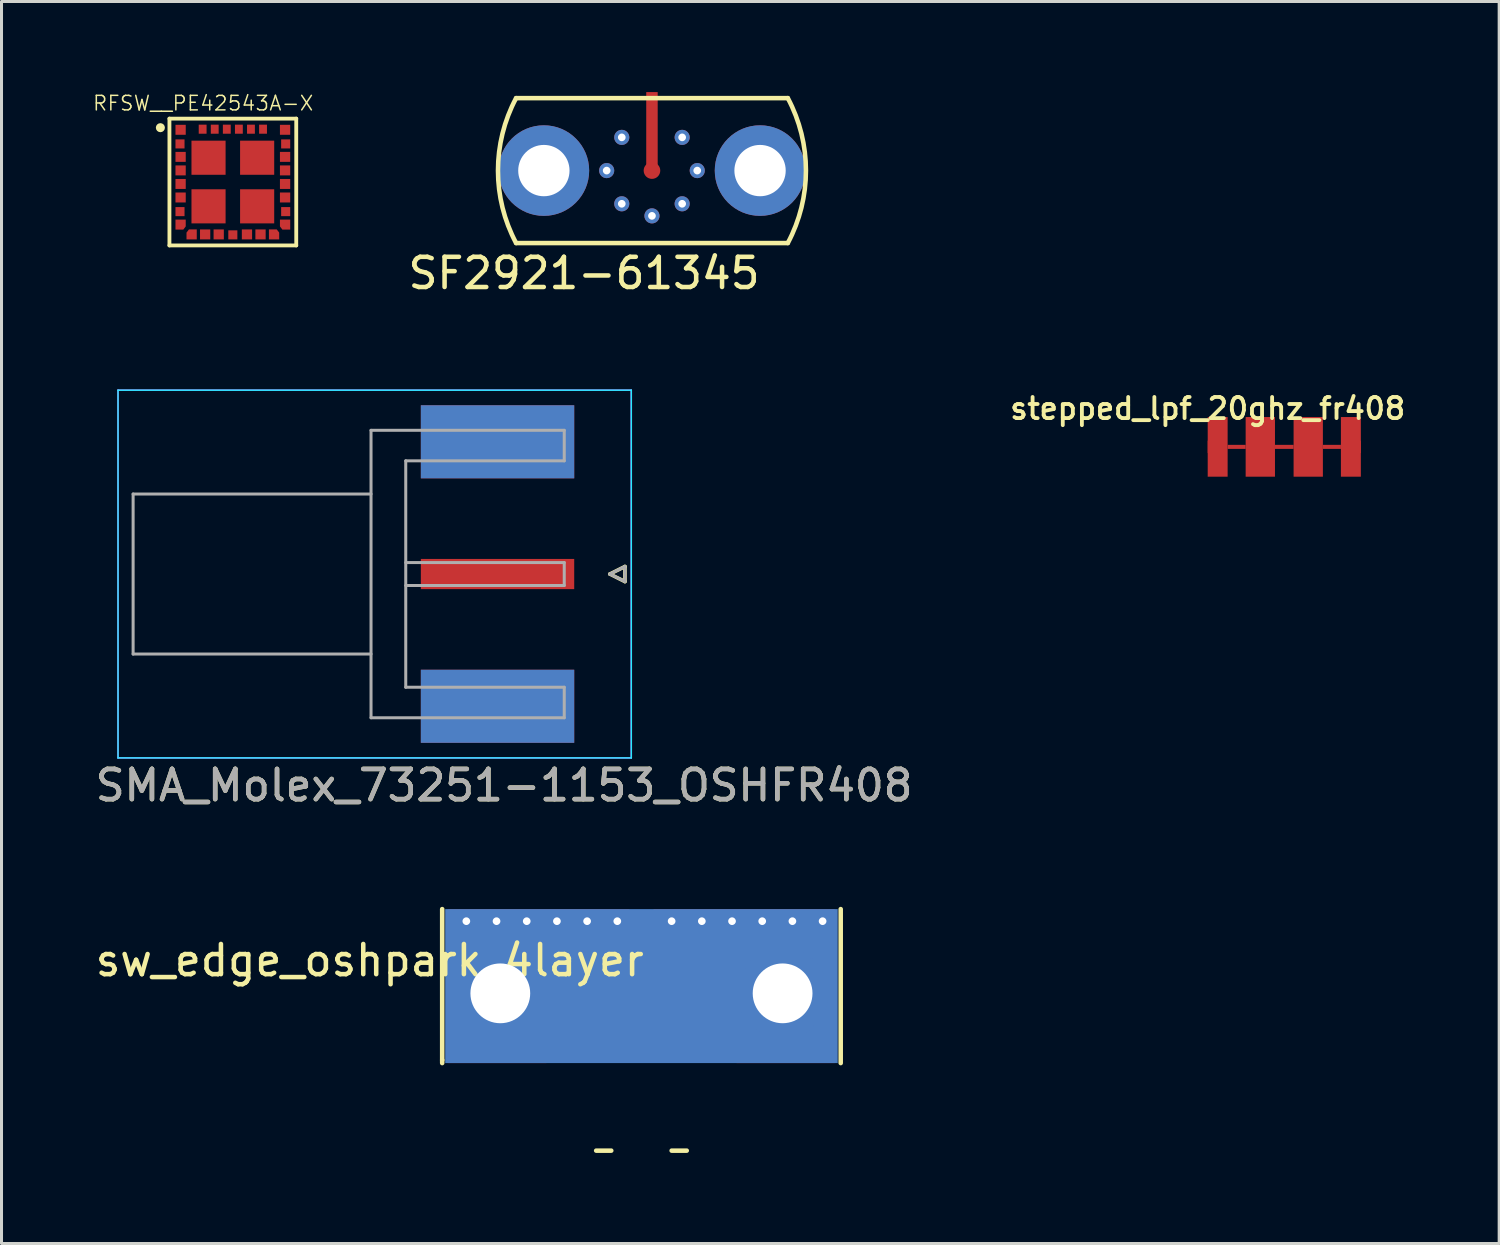
<source format=kicad_pcb>
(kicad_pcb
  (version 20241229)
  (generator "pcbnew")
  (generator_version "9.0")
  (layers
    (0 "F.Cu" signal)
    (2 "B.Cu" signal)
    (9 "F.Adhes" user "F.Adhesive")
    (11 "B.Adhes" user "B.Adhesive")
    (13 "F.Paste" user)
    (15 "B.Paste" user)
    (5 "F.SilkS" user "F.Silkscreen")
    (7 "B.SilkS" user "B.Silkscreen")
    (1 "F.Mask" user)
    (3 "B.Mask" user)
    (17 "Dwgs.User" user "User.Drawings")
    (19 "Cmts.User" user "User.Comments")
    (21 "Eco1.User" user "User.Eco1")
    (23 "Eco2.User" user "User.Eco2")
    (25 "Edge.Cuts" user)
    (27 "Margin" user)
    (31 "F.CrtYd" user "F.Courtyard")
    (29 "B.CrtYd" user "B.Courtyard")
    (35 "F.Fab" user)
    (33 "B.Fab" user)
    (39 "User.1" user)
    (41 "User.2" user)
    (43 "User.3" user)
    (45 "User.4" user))
  (footprint "stepped_lpf_20ghz_fr408"
    (layer "F.Cu")
    (at 36.951 11.751)
    (property "Reference" "stepped_lpf_20ghz_fr408" (at 0 -1.27 0) (layer "F.SilkS") (effects (font (size 0.7 0.7) (thickness 0.127))))
    (attr smd)
    (fp_poly (pts (xy 0 0.988) (xy 0 -0.988) (xy 0.66 -0.988) (xy 0.66 0.988) (xy 0 0.988)) (stroke (width 0) (type solid)) (fill yes) (layer "F.Cu"))
    (fp_poly (pts (xy 0.66 0.067) (xy 0.66 -0.067) (xy 1.257 -0.067) (xy 1.257 0.067) (xy 0.66 0.067)) (stroke (width 0) (type solid)) (fill yes) (layer "F.Cu"))
    (fp_poly (pts (xy 1.257 0.988) (xy 1.257 -0.988) (xy 2.228 -0.988) (xy 2.228 0.988) (xy 1.257 0.988)) (stroke (width 0) (type solid)) (fill yes) (layer "F.Cu"))
    (fp_poly (pts (xy 2.228 0.067) (xy 2.228 -0.067) (xy 2.845 -0.067) (xy 2.845 0.067) (xy 2.228 0.067)) (stroke (width 0) (type solid)) (fill yes) (layer "F.Cu"))
    (fp_poly (pts (xy 2.845 0.988) (xy 2.845 -0.988) (xy 3.815 -0.988) (xy 3.815 0.988) (xy 2.845 0.988)) (stroke (width 0) (type solid)) (fill yes) (layer "F.Cu"))
    (fp_poly (pts (xy 3.815 0.067) (xy 3.815 -0.067) (xy 4.412 -0.067) (xy 4.412 0.067) (xy 3.815 0.067)) (stroke (width 0) (type solid)) (fill yes) (layer "F.Cu"))
    (fp_poly (pts (xy 4.412 0.988) (xy 4.412 -0.988) (xy 5.072 -0.988) (xy 5.072 0.988) (xy 4.412 0.988)) (stroke (width 0) (type solid)) (fill yes) (layer "F.Cu"))
    (pad "1" smd rect (at 0.205 0) (size 0.41 0.41) (layers "F.Cu"))
    (pad "2" smd rect (at 4.867 0) (size 0.41 0.41) (layers "F.Cu")))
  (footprint "sw_edge_oshpark_4layer"
    (layer "F.Cu")
    (at 18.196 27.061)
    (property "Reference" "sw_edge_oshpark_4layer" (at -9 1.7 0) (layer "F.SilkS") (effects (font (size 1 1) (thickness 0.15))))
    (attr through_hole)
    (fp_poly (pts (xy -6.6 0) (xy -0.5 0) (xy -0.5 5.1) (xy -6.6 5.1)) (stroke (width 0.1) (type solid)) (fill yes) (layer "F.Mask"))
    (fp_poly (pts (xy -0.6 1.9) (xy 0.6 1.9) (xy 0.6 5.1) (xy -0.6 5.1)) (stroke (width 0.1) (type solid)) (fill yes) (layer "F.Mask"))
    (fp_poly (pts (xy -0.5 0) (xy 0.5 0) (xy 0.5 1.3) (xy -0.5 1.3)) (stroke (width 0.1) (type solid)) (fill yes) (layer "F.Mask"))
    (fp_poly (pts (xy 0.5 0) (xy 6.6 0) (xy 6.6 5.1) (xy 0.5 5.1)) (stroke (width 0.1) (type solid)) (fill yes) (layer "F.Mask"))
    (fp_line (start -6.6 0) (end -6.6 5) (stroke (width 0.15) (type solid)) (layer "F.SilkS"))
    (fp_line (start -6.6 5) (end -6.6 5.1) (stroke (width 0.15) (type solid)) (layer "F.SilkS"))
    (fp_line (start -1 8) (end -1.5 8) (stroke (width 0.15) (type solid)) (layer "F.SilkS"))
    (fp_line (start 1 8) (end 1.5 8) (stroke (width 0.15) (type solid)) (layer "F.SilkS"))
    (fp_line (start 6.6 0) (end 6.6 5.1) (stroke (width 0.15) (type solid)) (layer "F.SilkS"))
    (pad "1" smd trapezoid (at 0 0.55) (size 0.3 0.95) (rect_delta 0 0.11) (layers "F.Cu" "F.Mask"))
    (pad "1" smd rect (at 0 3.04) (size 0.41 4.08) (layers "F.Cu"))
    (pad "2" thru_hole circle (at -5.8 0.4) (size 0.5 0.5) (drill 0.254) (layers "*.Cu" "*.Mask"))
    (pad "2" thru_hole circle (at -4.8 0.4) (size 0.5 0.5) (drill 0.254) (layers "*.Cu" "*.Mask"))
    (pad "2" smd rect (at -4.775 2.85 180) (size 3.25 4.5) (layers "F.Cu" "F.Mask"))
    (pad "2" thru_hole circle (at -4.675 2.79) (size 3 3) (drill 1.98) (layers "*.Cu" "*.Mask"))
    (pad "2" thru_hole circle (at -3.8 0.4) (size 0.5 0.5) (drill 0.254) (layers "*.Cu" "*.Mask"))
    (pad "2" smd rect (at -3.4 0.3 180) (size 6 0.6) (layers "F.Cu" "F.Mask"))
    (pad "2" smd trapezoid (at -3.4 0.7) (size 5.8 0.2) (rect_delta 0 -0.2) (layers "F.Cu" "F.Mask"))
    (pad "2" thru_hole circle (at -2.8 0.4) (size 0.5 0.5) (drill 0.254) (layers "*.Cu" "*.Mask"))
    (pad "2" thru_hole circle (at -1.8 0.4) (size 0.5 0.5) (drill 0.254) (layers "*.Cu" "*.Mask"))
    (pad "2" thru_hole circle (at -0.8 0.4) (size 0.5 0.5) (drill 0.254) (layers "*.Cu" "*.Mask"))
    (pad "2" smd rect (at 0 2.55 180) (size 13 5.1) (layers "B.Cu" "B.Mask"))
    (pad "2" thru_hole circle (at 1 0.4) (size 0.5 0.5) (drill 0.254) (layers "*.Cu" "*.Mask"))
    (pad "2" thru_hole circle (at 2 0.4) (size 0.5 0.5) (drill 0.254) (layers "*.Cu" "*.Mask"))
    (pad "2" thru_hole circle (at 3 0.4) (size 0.5 0.5) (drill 0.254) (layers "*.Cu" "*.Mask"))
    (pad "2" smd rect (at 3.4 0.3 180) (size 6 0.6) (layers "F.Cu" "F.Mask"))
    (pad "2" smd trapezoid (at 3.4 0.7) (size 5.8 0.2) (rect_delta 0 -0.2) (layers "F.Cu" "F.Mask"))
    (pad "2" thru_hole circle (at 4 0.4) (size 0.5 0.5) (drill 0.254) (layers "*.Cu" "*.Mask"))
    (pad "2" thru_hole circle (at 4.675 2.79) (size 3 3) (drill 1.98) (layers "*.Cu" "*.Mask"))
    (pad "2" smd rect (at 4.775 2.85 180) (size 3.25 4.5) (layers "F.Cu" "F.Mask"))
    (pad "2" thru_hole circle (at 5 0.4) (size 0.5 0.5) (drill 0.254) (layers "*.Cu" "*.Mask"))
    (pad "2" thru_hole circle (at 6 0.4) (size 0.5 0.5) (drill 0.254) (layers "*.Cu" "*.Mask")))
  (footprint "SMA_Molex_73251-1153_OSHFR408"
    (layer "F.Cu")
    (at 15.149 15.963)
    (property "Reference" "SMA_Molex_73251-1153_OSHFR408" (at -1.5 7 0) (layer "F.SilkS") (effects (font (size 1 1) (thickness 0.15))))
    (attr smd)
    (fp_line (start 2 0) (end 2.5 -0.25) (stroke (width 0.12) (type solid)) (layer "F.SilkS"))
    (fp_line (start 2.5 -0.25) (end 2.5 0.25) (stroke (width 0.12) (type solid)) (layer "F.SilkS"))
    (fp_line (start 2.5 0.25) (end 2 0) (stroke (width 0.12) (type solid)) (layer "F.SilkS"))
    (fp_line (start -14.29 -6.09) (end -14.29 6.09) (stroke (width 0.05) (type solid)) (layer "B.CrtYd"))
    (fp_line (start -14.29 -6.09) (end 2.71 -6.09) (stroke (width 0.05) (type solid)) (layer "B.CrtYd"))
    (fp_line (start -14.29 6.09) (end 2.71 6.09) (stroke (width 0.05) (type solid)) (layer "B.CrtYd"))
    (fp_line (start 2.71 -6.09) (end 2.71 6.09) (stroke (width 0.05) (type solid)) (layer "B.CrtYd"))
    (fp_line (start -14.29 -6.09) (end -14.29 6.09) (stroke (width 0.05) (type solid)) (layer "F.CrtYd"))
    (fp_line (start -14.29 6.09) (end 2.71 6.09) (stroke (width 0.05) (type solid)) (layer "F.CrtYd"))
    (fp_line (start 2.71 -6.09) (end -14.29 -6.09) (stroke (width 0.05) (type solid)) (layer "F.CrtYd"))
    (fp_line (start 2.71 -6.09) (end 2.71 6.09) (stroke (width 0.05) (type solid)) (layer "F.CrtYd"))
    (fp_line (start -13.79 -2.65) (end -13.79 2.65) (stroke (width 0.1) (type solid)) (layer "F.Fab"))
    (fp_line (start -13.79 -2.65) (end -5.91 -2.65) (stroke (width 0.1) (type solid)) (layer "F.Fab"))
    (fp_line (start -13.79 2.65) (end -5.91 2.65) (stroke (width 0.1) (type solid)) (layer "F.Fab"))
    (fp_line (start -5.91 -4.76) (end -5.91 4.76) (stroke (width 0.1) (type solid)) (layer "F.Fab"))
    (fp_line (start -5.91 4.76) (end 0.49 4.76) (stroke (width 0.1) (type solid)) (layer "F.Fab"))
    (fp_line (start -4.76 -3.75) (end -4.76 3.75) (stroke (width 0.1) (type solid)) (layer "F.Fab"))
    (fp_line (start -4.76 -3.75) (end 0.49 -3.75) (stroke (width 0.1) (type solid)) (layer "F.Fab"))
    (fp_line (start -4.76 -0.38) (end 0.49 -0.38) (stroke (width 0.1) (type solid)) (layer "F.Fab"))
    (fp_line (start -4.76 0.38) (end 0.49 0.38) (stroke (width 0.1) (type solid)) (layer "F.Fab"))
    (fp_line (start -4.76 3.75) (end 0.49 3.75) (stroke (width 0.1) (type solid)) (layer "F.Fab"))
    (fp_line (start 0.49 -4.76) (end -5.91 -4.76) (stroke (width 0.1) (type solid)) (layer "F.Fab"))
    (fp_line (start 0.49 -4.76) (end 0.49 -3.75) (stroke (width 0.1) (type solid)) (layer "F.Fab"))
    (fp_line (start 0.49 -0.38) (end 0.49 0.38) (stroke (width 0.1) (type solid)) (layer "F.Fab"))
    (fp_line (start 0.49 3.75) (end 0.49 4.76) (stroke (width 0.1) (type solid)) (layer "F.Fab"))
    (fp_line (start 2 0) (end 2.5 0.25) (stroke (width 0.1) (type solid)) (layer "F.Fab"))
    (fp_line (start 2.5 -0.25) (end 2 0) (stroke (width 0.1) (type solid)) (layer "F.Fab"))
    (fp_line (start 2.5 0.25) (end 2.5 -0.25) (stroke (width 0.1) (type solid)) (layer "F.Fab"))
    (fp_text user "${REFERENCE}" (at -1.5 7 0) (layer "F.Fab") (effects (font (size 1 1) (thickness 0.15))))
    (pad "1" smd rect (at -1.72 0) (size 5.08 1) (layers "F.Cu" "F.Mask" "F.Paste"))
    (pad "2" smd rect (at -1.72 -4.38) (size 5.08 2.42) (layers "F.Cu" "F.Mask" "F.Paste"))
    (pad "2" smd rect (at -1.72 -4.38) (size 5.08 2.42) (layers "B.Cu" "B.Mask" "B.Paste"))
    (pad "2" smd rect (at -1.72 4.38) (size 5.08 2.42) (layers "F.Cu" "F.Mask" "F.Paste"))
    (pad "2" smd rect (at -1.72 4.38) (size 5.08 2.42) (layers "B.Cu" "B.Mask" "B.Paste")))
  (footprint "SF2921-61345"
    (layer "F.Cu")
    (at 18.544 2.6)
    (property "Reference" "SF2921-61345" (at -2.25 3.4 0) (layer "F.SilkS") (effects (font (size 1 1) (thickness 0.15))))
    (attr through_hole)
    (fp_line (start -4.5 -2.4) (end 4.5 -2.4) (stroke (width 0.15) (type solid)) (layer "F.SilkS"))
    (fp_line (start -4.5 2.4) (end 4.5 2.4) (stroke (width 0.15) (type solid)) (layer "F.SilkS"))
    (fp_arc (start -4.499999 2.400001) (mid -5.1 0.000001) (end -4.5 -2.399999) (stroke (width 0.15) (type solid)) (layer "F.SilkS"))
    (fp_arc (start 4.5 -2.4) (mid 5.1 0) (end 4.5 2.4) (stroke (width 0.15) (type solid)) (layer "F.SilkS"))
    (pad "1" smd rect (at 0 -1.3) (size 0.38 2.6) (layers "F.Cu"))
    (pad "1" smd circle (at 0 0 90) (size 0.55 0.55) (layers "F.Cu" "F.Mask"))
    (pad "2" thru_hole circle (at -3.58 0) (size 3 3) (drill 1.7) (layers "*.Cu" "*.Mask"))
    (pad "2" thru_hole circle (at -1.5 0) (size 0.5 0.5) (drill 0.254) (layers "*.Cu" "*.Mask"))
    (pad "2" thru_hole circle (at -1 -1.1) (size 0.5 0.5) (drill 0.254) (layers "*.Cu" "*.Mask"))
    (pad "2" thru_hole circle (at -1 1.1) (size 0.5 0.5) (drill 0.254) (layers "*.Cu" "*.Mask"))
    (pad "2" thru_hole circle (at 0 1.5) (size 0.5 0.5) (drill 0.254) (layers "*.Cu" "*.Mask"))
    (pad "2" thru_hole circle (at 1 -1.1) (size 0.5 0.5) (drill 0.254) (layers "*.Cu" "*.Mask"))
    (pad "2" thru_hole circle (at 1 1.1) (size 0.5 0.5) (drill 0.254) (layers "*.Cu" "*.Mask"))
    (pad "2" thru_hole circle (at 1.5 0) (size 0.5 0.5) (drill 0.254) (layers "*.Cu" "*.Mask"))
    (pad "2" thru_hole circle (at 3.58 0) (size 3 3) (drill 1.7) (layers "*.Cu" "*.Mask")))
  (footprint "RFSW__PE42543A-X"
    (layer "F.Cu")
    (at 4.662 2.979)
    (property "Reference" "RFSW__PE42543A-X" (at -0.983 -2.61 0) (layer "F.SilkS") (effects (font (size 0.481 0.481) (thickness 0.05))))
    (attr smd)
    (fp_poly (pts (xy -1.9 1.575) (xy -1.9 1.245) (xy -1.56 1.245) (xy -1.56 1.47) (xy -1.64 1.575)) (stroke (width 0.0001) (type solid)) (fill yes) (layer "F.Cu"))
    (fp_poly (pts (xy -1.195 1.57) (xy -1.195 1.9) (xy -1.535 1.9) (xy -1.535 1.675) (xy -1.455 1.57)) (stroke (width 0.0001) (type solid)) (fill yes) (layer "F.Cu"))
    (fp_poly (pts (xy 1.195 1.57) (xy 1.195 1.9) (xy 1.535 1.9) (xy 1.535 1.675) (xy 1.455 1.57)) (stroke (width 0.0001) (type solid)) (fill yes) (layer "F.Cu"))
    (fp_poly (pts (xy 1.9 1.575) (xy 1.9 1.245) (xy 1.56 1.245) (xy 1.56 1.47) (xy 1.64 1.575)) (stroke (width 0.0001) (type solid)) (fill yes) (layer "F.Cu"))
    (fp_poly (pts (xy -1.55 1.55) (xy -1.175 1.55) (xy -1.175 1.9) (xy -1.55 1.9)) (stroke (width 0) (type solid)) (fill yes) (layer "F.Mask"))
    (fp_poly (pts (xy -1.55 1.575) (xy -1.9 1.575) (xy -1.9 1.225) (xy -1.55 1.225)) (stroke (width 0) (type solid)) (fill yes) (layer "F.Mask"))
    (fp_poly (pts (xy 1.175 1.55) (xy 1.55 1.55) (xy 1.55 1.9) (xy 1.175 1.9)) (stroke (width 0) (type solid)) (fill yes) (layer "F.Mask"))
    (fp_poly (pts (xy 1.55 1.225) (xy 1.9 1.225) (xy 1.9 1.575) (xy 1.55 1.575)) (stroke (width 0) (type solid)) (fill yes) (layer "F.Mask"))
    (fp_line (start -2.1 -2.1) (end -2.1 2.1) (stroke (width 0.127) (type solid)) (layer "F.SilkS"))
    (fp_line (start -2.1 2.1) (end 2.1 2.1) (stroke (width 0.127) (type solid)) (layer "F.SilkS"))
    (fp_line (start 2.1 -2.1) (end -2.1 -2.1) (stroke (width 0.127) (type solid)) (layer "F.SilkS"))
    (fp_line (start 2.1 2.1) (end 2.1 -2.1) (stroke (width 0.127) (type solid)) (layer "F.SilkS"))
    (fp_circle (center -2.4 -1.8) (end -2.325 -1.8) (stroke (width 0.15) (type solid)) (fill no) (layer "F.SilkS"))
    (fp_poly (pts (xy -1.166 -1.162) (xy -0.448 -1.162) (xy -0.448 -0.449) (xy -1.166 -0.449)) (stroke (width 0) (type solid)) (fill yes) (layer "F.Paste"))
    (fp_poly (pts (xy -1.164 0.448) (xy -0.448 0.448) (xy -0.448 1.164) (xy -1.164 1.164)) (stroke (width 0) (type solid)) (fill yes) (layer "F.Paste"))
    (fp_poly (pts (xy 0.448 0.448) (xy 1.162 0.448) (xy 1.162 1.163) (xy 0.448 1.163)) (stroke (width 0) (type solid)) (fill yes) (layer "F.Paste"))
    (fp_poly (pts (xy 0.448 -1.162) (xy 1.162 -1.162) (xy 1.162 -0.448) (xy 0.448 -0.448)) (stroke (width 0) (type solid)) (fill yes) (layer "F.Paste"))
    (fp_poly (pts (xy -1.9 1.575) (xy -1.9 1.245) (xy -1.56 1.245) (xy -1.56 1.47) (xy -1.64 1.575)) (stroke (width 0.0001) (type solid)) (fill yes) (layer "F.Paste"))
    (fp_poly (pts (xy -1.195 1.57) (xy -1.195 1.9) (xy -1.535 1.9) (xy -1.535 1.675) (xy -1.455 1.57)) (stroke (width 0.0001) (type solid)) (fill yes) (layer "F.Paste"))
    (fp_poly (pts (xy 1.195 1.57) (xy 1.195 1.9) (xy 1.535 1.9) (xy 1.535 1.675) (xy 1.455 1.57)) (stroke (width 0.0001) (type solid)) (fill yes) (layer "F.Paste"))
    (fp_poly (pts (xy 1.9 1.575) (xy 1.9 1.245) (xy 1.56 1.245) (xy 1.56 1.47) (xy 1.64 1.575)) (stroke (width 0.0001) (type solid)) (fill yes) (layer "F.Paste"))
    (fp_line (start -2.25 -2.25) (end -2.25 2.25) (stroke (width 0.05) (type solid)) (layer "Eco1.User"))
    (fp_line (start -2.25 2.25) (end 2.25 2.25) (stroke (width 0.05) (type solid)) (layer "Eco1.User"))
    (fp_line (start 2.25 -2.25) (end -2.25 -2.25) (stroke (width 0.05) (type solid)) (layer "Eco1.User"))
    (fp_line (start 2.25 2.25) (end 2.25 -2.25) (stroke (width 0.05) (type solid)) (layer "Eco1.User"))
    (fp_line (start -2 -2) (end -2 2) (stroke (width 0.127) (type solid)) (layer "Eco2.User"))
    (fp_line (start -2 2) (end 2 2) (stroke (width 0.127) (type solid)) (layer "Eco2.User"))
    (fp_line (start 2 -2) (end -2 -2) (stroke (width 0.127) (type solid)) (layer "Eco2.User"))
    (fp_line (start 2 2) (end 2 -2) (stroke (width 0.127) (type solid)) (layer "Eco2.User"))
    (pad "1" smd rect (at -1.73 -1.73 90) (size 0.33 0.34) (layers "F.Cu" "F.Mask" "F.Paste"))
    (pad "2" smd rect (at -1.75 -1.262) (size 0.3 0.3) (layers "F.Cu" "F.Mask" "F.Paste"))
    (pad "3" smd rect (at -1.73 -0.833 90) (size 0.33 0.34) (layers "F.Cu" "F.Mask" "F.Paste"))
    (pad "4" smd rect (at -1.73 -0.385 90) (size 0.33 0.34) (layers "F.Cu" "F.Mask" "F.Paste"))
    (pad "5" smd rect (at -1.73 0.064 90) (size 0.33 0.34) (layers "F.Cu" "F.Mask" "F.Paste"))
    (pad "6" smd rect (at -1.73 0.512 90) (size 0.33 0.34) (layers "F.Cu" "F.Mask" "F.Paste"))
    (pad "7" smd rect (at -1.75 0.98) (size 0.3 0.3) (layers "F.Cu" "F.Mask" "F.Paste"))
    (pad "8" smd rect (at -1.73 1.409 90) (size 0.1 0.1) (layers "F.Cu" "F.Mask" "F.Paste"))
    (pad "9" smd rect (at -1.365 1.735 90) (size 0.1 0.1) (layers "F.Cu" "F.Mask" "F.Paste"))
    (pad "10" smd rect (at -0.917 1.735 90) (size 0.33 0.34) (layers "F.Cu" "F.Mask" "F.Paste"))
    (pad "11" smd rect (at -0.468 1.735 90) (size 0.33 0.34) (layers "F.Cu" "F.Mask" "F.Paste"))
    (pad "12" smd rect (at 0 1.75) (size 0.3 0.3) (layers "F.Cu" "F.Mask" "F.Paste"))
    (pad "13" smd rect (at 0.468 1.735 90) (size 0.33 0.34) (layers "F.Cu" "F.Mask" "F.Paste"))
    (pad "14" smd rect (at 0.917 1.735 90) (size 0.33 0.34) (layers "F.Cu" "F.Mask" "F.Paste"))
    (pad "15" smd rect (at 1.365 1.735 90) (size 0.1 0.1) (layers "F.Cu" "F.Mask" "F.Paste"))
    (pad "16" smd rect (at 1.73 1.409 90) (size 0.1 0.1) (layers "F.Cu" "F.Mask" "F.Paste"))
    (pad "17" smd rect (at 1.75 0.98) (size 0.3 0.3) (layers "F.Cu" "F.Mask" "F.Paste"))
    (pad "18" smd rect (at 1.73 0.512 90) (size 0.33 0.34) (layers "F.Cu" "F.Mask" "F.Paste"))
    (pad "19" smd rect (at 1.73 0.064 90) (size 0.33 0.34) (layers "F.Cu" "F.Mask" "F.Paste"))
    (pad "20" smd rect (at 1.73 -0.385 90) (size 0.33 0.34) (layers "F.Cu" "F.Mask" "F.Paste"))
    (pad "21" smd rect (at 1.73 -0.833 90) (size 0.33 0.34) (layers "F.Cu" "F.Mask" "F.Paste"))
    (pad "22" smd rect (at 1.75 -1.262) (size 0.3 0.3) (layers "F.Cu" "F.Mask" "F.Paste"))
    (pad "23" smd rect (at 1.73 -1.73 90) (size 0.33 0.34) (layers "F.Cu" "F.Mask" "F.Paste"))
    (pad "24" smd rect (at 1 -1.75) (size 0.26 0.3) (layers "F.Cu" "F.Mask" "F.Paste"))
    (pad "25" smd rect (at 0.6 -1.75) (size 0.26 0.3) (layers "F.Cu" "F.Mask" "F.Paste"))
    (pad "26" smd rect (at 0.2 -1.75) (size 0.26 0.3) (layers "F.Cu" "F.Mask" "F.Paste"))
    (pad "27" smd rect (at -0.2 -1.75) (size 0.26 0.3) (layers "F.Cu" "F.Mask" "F.Paste"))
    (pad "28" smd rect (at -0.6 -1.75) (size 0.26 0.3) (layers "F.Cu" "F.Mask" "F.Paste"))
    (pad "29" smd rect (at -1 -1.75) (size 0.26 0.3) (layers "F.Cu" "F.Mask" "F.Paste"))
    (pad "30" smd rect (at -0.805 -0.805) (size 1.13 1.13) (layers "F.Cu" "F.Mask" "F.Paste"))
    (pad "30" smd rect (at -0.805 0.805) (size 1.13 1.13) (layers "F.Cu" "F.Mask" "F.Paste"))
    (pad "30" smd rect (at 0.805 -0.805) (size 1.13 1.13) (layers "F.Cu" "F.Mask" "F.Paste"))
    (pad "30" smd rect (at 0.805 0.805) (size 1.13 1.13) (layers "F.Cu" "F.Mask" "F.Paste")))
  (gr_rect
    (start -3 -3)
    (end 46.605 38.136)
    (stroke (width 0.1) (type default))
    (fill no)
    (layer "Edge.Cuts")))
</source>
